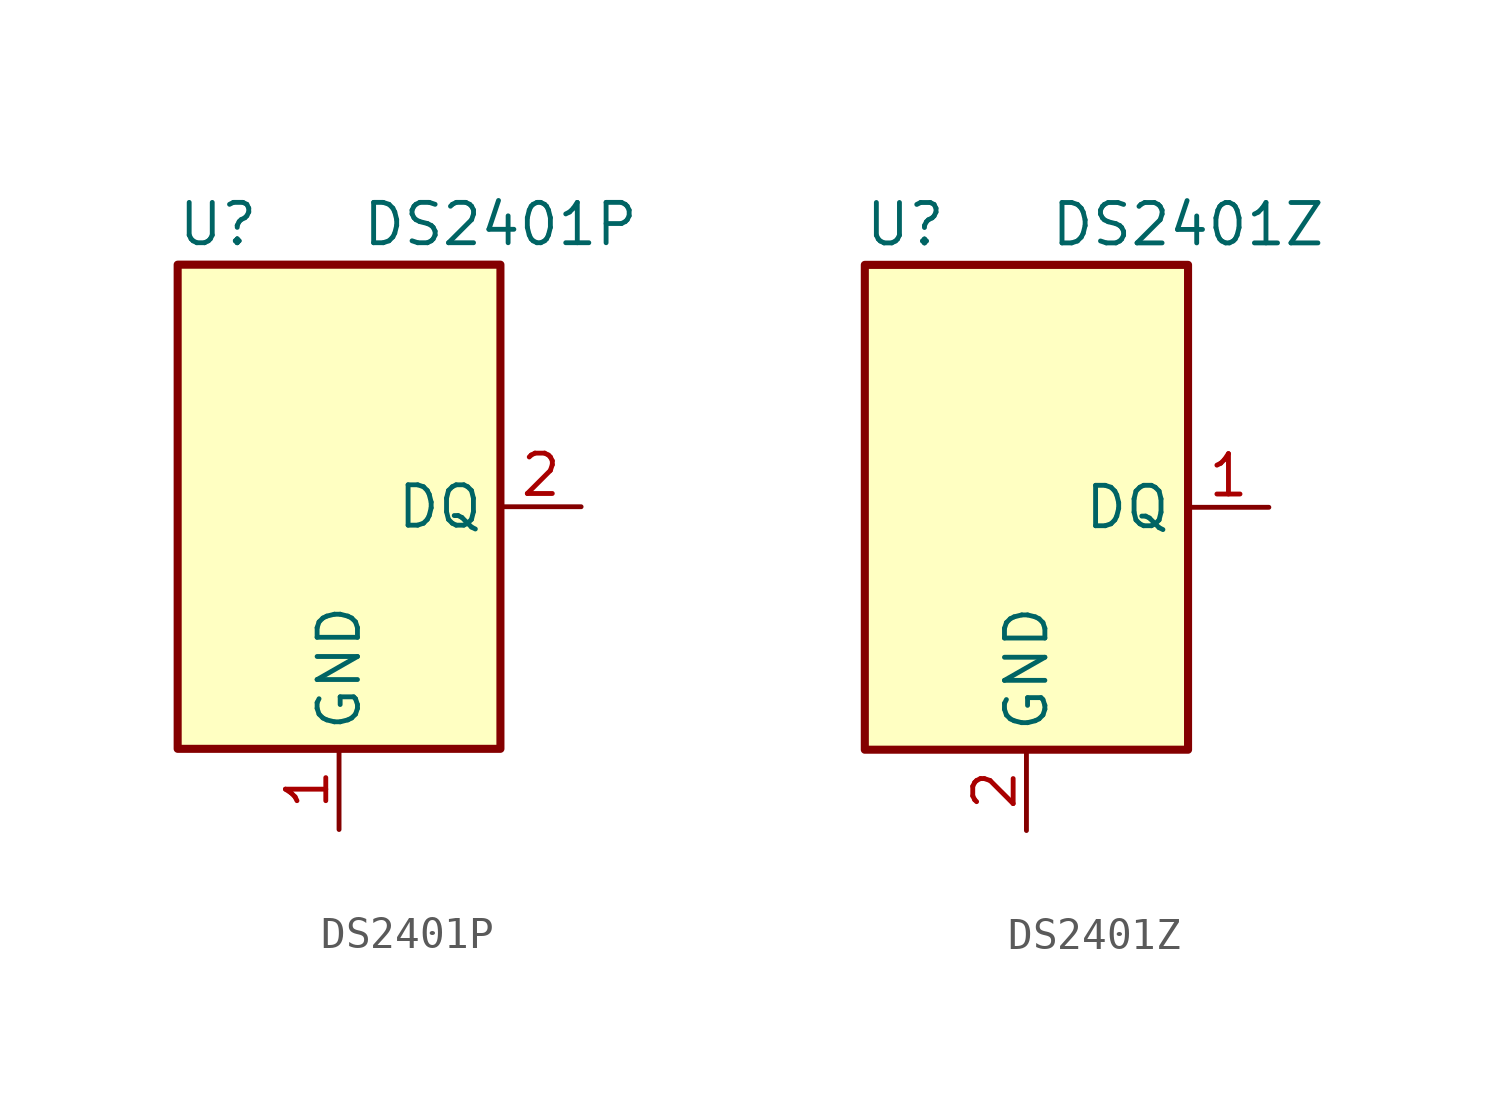
<source format=kicad_sym>
(kicad_symbol_lib
  (version 20231120)
  (generator "kicad_symbol_editor")
  (generator_version "8.0")
  (symbol "DS2401P"
    (property "Reference" "U"
      (at -3.81 8.89 0)
      (effects (font (size 1.27 1.27))))
    (property "Value" "DS2401P"
      (at 5.08 8.89 0)
      (effects (font (size 1.27 1.27))))
    (symbol "DS2401P_0_1"
      (rectangle (start 5.08 -7.62) (end -5.08 7.62) (stroke (width 0.254) (type default)) (fill (type background))))
    (symbol "DS2401P_1_1"
      (pin power_in line (at 0 -10.16 90) (length 2.54) (name "GND" (effects (font (size 1.27 1.27)))) (number "1" (effects (font (size 1.27 1.27)))))
      (pin bidirectional line (at 7.62 0 180) (length 2.54) (name "DQ" (effects (font (size 1.27 1.27)))) (number "2" (effects (font (size 1.27 1.27)))))
      (pin no_connect line (at -5.08 5.08 0) (length 2.54) hide (name "NC" (effects (font (size 1.27 1.27)))) (number "3" (effects (font (size 1.27 1.27)))))
      (pin no_connect line (at -5.08 2.54 0) (length 2.54) hide (name "NC" (effects (font (size 1.27 1.27)))) (number "4" (effects (font (size 1.27 1.27)))))
      (pin no_connect line (at -5.08 -2.54 0) (length 2.54) hide (name "NC" (effects (font (size 1.27 1.27)))) (number "5" (effects (font (size 1.27 1.27)))))
      (pin no_connect line (at -5.08 -5.08 0) (length 2.54) hide (name "NC" (effects (font (size 1.27 1.27)))) (number "6" (effects (font (size 1.27 1.27)))))))
  (symbol "DS2401Z"
    (property "Reference" "U"
      (at -3.81 8.89 0)
      (effects (font (size 1.27 1.27))))
    (property "Value" "DS2401Z"
      (at 5.08 8.89 0)
      (effects (font (size 1.27 1.27))))
    (symbol "DS2401Z_0_1"
      (rectangle (start 5.08 -7.62) (end -5.08 7.62) (stroke (width 0.254) (type default)) (fill (type background))))
    (symbol "DS2401Z_1_1"
      (pin bidirectional line (at 7.62 0 180) (length 2.54) (name "DQ" (effects (font (size 1.27 1.27)))) (number "1" (effects (font (size 1.27 1.27)))))
      (pin power_in line (at 0 -10.16 90) (length 2.54) (name "GND" (effects (font (size 1.27 1.27)))) (number "2" (effects (font (size 1.27 1.27)))))
      (pin no_connect line (at -5.08 0 0) (length 2.54) hide (name "NC" (effects (font (size 1.27 1.27)))) (number "3" (effects (font (size 1.27 1.27)))))
      (pin passive line (at 0 -10.16 90) (length 2.54) hide (name "GND" (effects (font (size 1.27 1.27)))) (number "4" (effects (font (size 1.27 1.27))))))))
</source>
